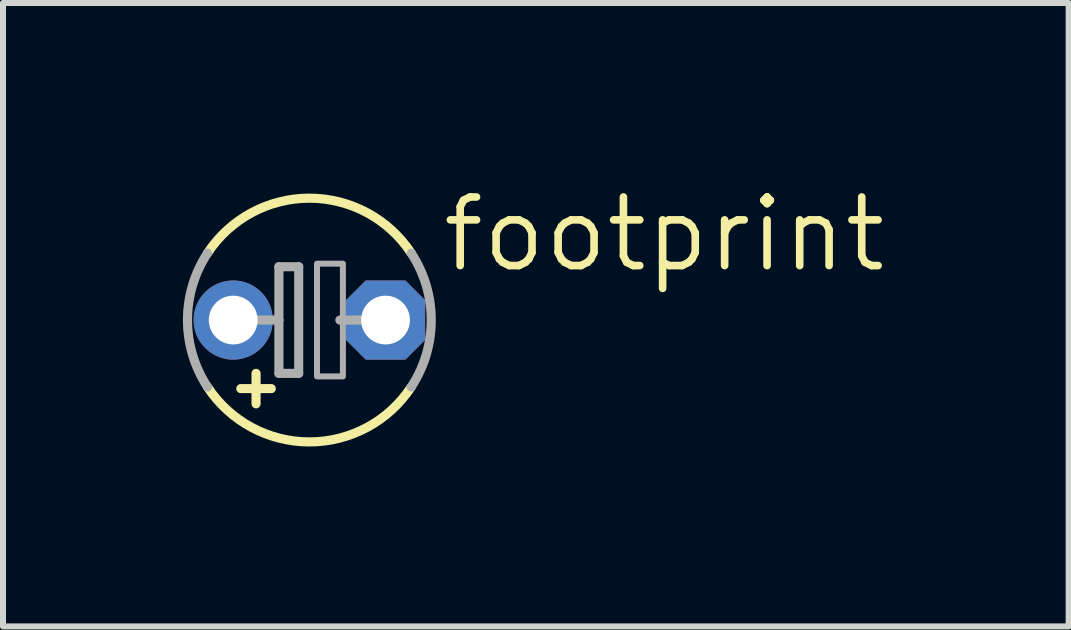
<source format=kicad_pcb>
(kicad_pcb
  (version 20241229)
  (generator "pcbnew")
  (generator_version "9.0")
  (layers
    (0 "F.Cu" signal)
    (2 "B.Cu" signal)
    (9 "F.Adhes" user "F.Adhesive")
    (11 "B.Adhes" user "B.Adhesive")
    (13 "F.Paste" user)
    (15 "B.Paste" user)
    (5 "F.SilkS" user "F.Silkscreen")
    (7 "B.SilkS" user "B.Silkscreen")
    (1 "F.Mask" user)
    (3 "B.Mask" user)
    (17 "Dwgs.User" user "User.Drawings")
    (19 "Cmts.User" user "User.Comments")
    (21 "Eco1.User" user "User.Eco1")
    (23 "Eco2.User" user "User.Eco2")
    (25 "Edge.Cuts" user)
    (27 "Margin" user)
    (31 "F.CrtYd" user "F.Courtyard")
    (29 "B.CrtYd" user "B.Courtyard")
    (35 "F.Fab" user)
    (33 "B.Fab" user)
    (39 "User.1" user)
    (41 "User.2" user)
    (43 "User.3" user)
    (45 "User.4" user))
  (footprint "footprint"
    (layer "F.Cu")
    (at 2.108 2.286)
    (property "Reference" "footprint" (at 2.159 -0.762 0) (layer "F.SilkS") (effects (font (size 1.143 1.143) (thickness 0.127)) (justify left bottom)))
    (fp_line (start -0.889 1.397) (end -0.889 0.889) (stroke (width 0.152) (type solid)) (layer "F.SilkS"))
    (fp_line (start -0.635 1.143) (end -1.143 1.143) (stroke (width 0.152) (type solid)) (layer "F.SilkS"))
    (fp_arc (start -1.6985 -1.1153) (mid 0 -2.031944) (end 1.6985 -1.1153) (stroke (width 0.1524) (type solid)) (layer "F.SilkS"))
    (fp_arc (start 1.6985 1.1153) (mid 0 2.031944) (end -1.6985 1.1153) (stroke (width 0.1524) (type solid)) (layer "F.SilkS"))
    (fp_line (start -1.016 0) (end -0.508 0) (stroke (width 0.152) (type solid)) (layer "F.Fab"))
    (fp_line (start -0.508 -0.889) (end -0.508 0) (stroke (width 0.152) (type solid)) (layer "F.Fab"))
    (fp_line (start -0.508 0) (end -0.508 0.889) (stroke (width 0.152) (type solid)) (layer "F.Fab"))
    (fp_line (start -0.508 0.889) (end -0.178 0.889) (stroke (width 0.152) (type solid)) (layer "F.Fab"))
    (fp_line (start -0.178 -0.889) (end -0.508 -0.889) (stroke (width 0.152) (type solid)) (layer "F.Fab"))
    (fp_line (start -0.178 0.889) (end -0.178 -0.889) (stroke (width 0.152) (type solid)) (layer "F.Fab"))
    (fp_line (start 0.508 0) (end 1.016 0) (stroke (width 0.152) (type solid)) (layer "F.Fab"))
    (fp_arc (start -1.6985 1.1153) (mid -2.031944 0) (end -1.6985 -1.1153) (stroke (width 0.1524) (type solid)) (layer "F.Fab"))
    (fp_arc (start 1.6985 -1.1153) (mid 2.031944 0) (end 1.6985 1.1153) (stroke (width 0.1524) (type solid)) (layer "F.Fab"))
    (fp_poly (pts (xy 0.127 0.94) (xy 0.559 0.94) (xy 0.559 -0.94) (xy 0.127 -0.94)) (stroke (width 0.1) (type solid)) (fill no) (layer "F.Fab"))
    (pad "+" thru_hole circle (at -1.27 0) (size 1.321 1.321) (drill 0.813) (layers "*.Cu" "*.Mask"))
    (pad "-" thru_hole roundrect (at 1.27 0) (size 1.321 1.321) (drill 0.813) (layers "*.Cu" "*.Mask") (roundrect_rratio 0.25) (chamfer_ratio 0.25) (chamfer top_left top_right bottom_left bottom_right)))
  (gr_rect
    (start -3 -3)
    (end 14.767 7.394)
    (stroke (width 0.1) (type default))
    (fill no)
    (layer "Edge.Cuts")))
</source>
